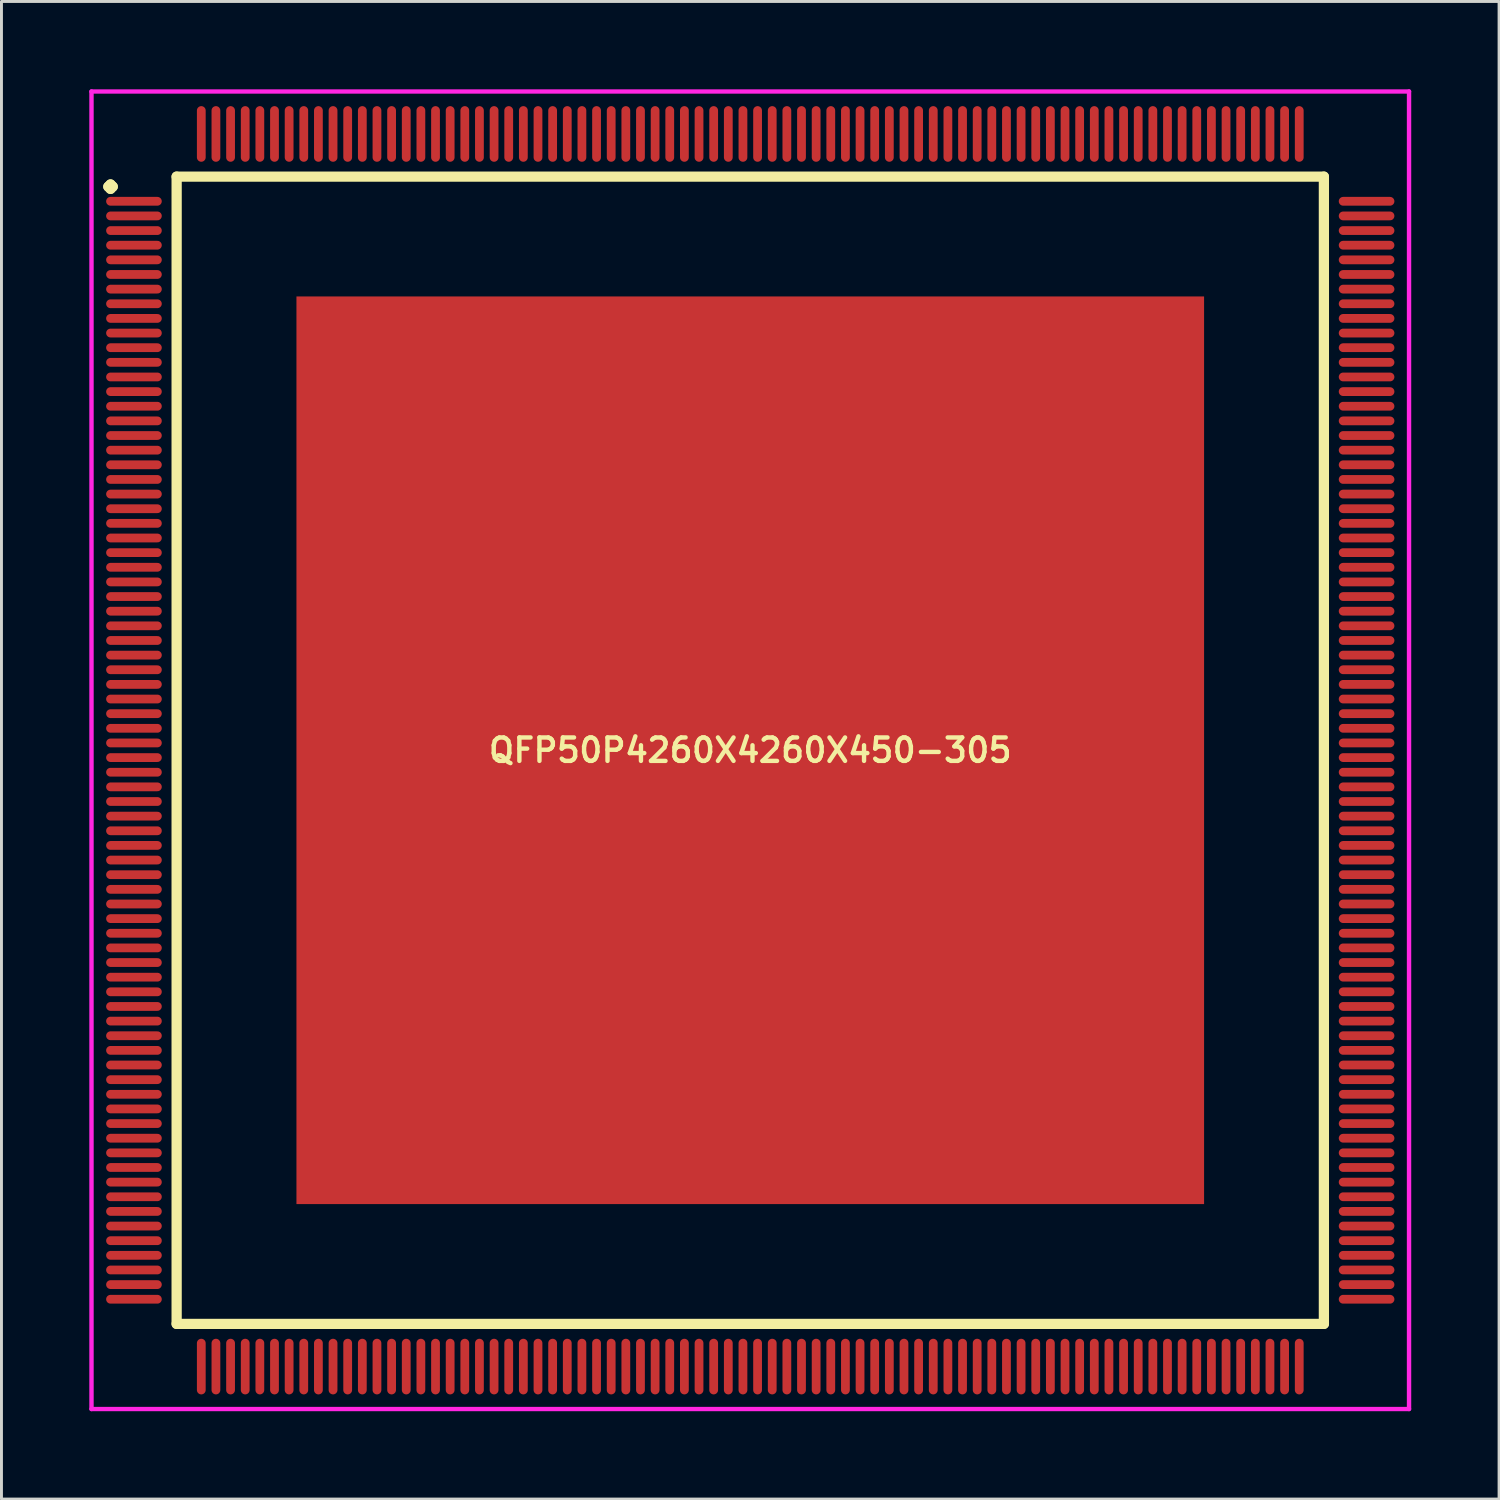
<source format=kicad_pcb>
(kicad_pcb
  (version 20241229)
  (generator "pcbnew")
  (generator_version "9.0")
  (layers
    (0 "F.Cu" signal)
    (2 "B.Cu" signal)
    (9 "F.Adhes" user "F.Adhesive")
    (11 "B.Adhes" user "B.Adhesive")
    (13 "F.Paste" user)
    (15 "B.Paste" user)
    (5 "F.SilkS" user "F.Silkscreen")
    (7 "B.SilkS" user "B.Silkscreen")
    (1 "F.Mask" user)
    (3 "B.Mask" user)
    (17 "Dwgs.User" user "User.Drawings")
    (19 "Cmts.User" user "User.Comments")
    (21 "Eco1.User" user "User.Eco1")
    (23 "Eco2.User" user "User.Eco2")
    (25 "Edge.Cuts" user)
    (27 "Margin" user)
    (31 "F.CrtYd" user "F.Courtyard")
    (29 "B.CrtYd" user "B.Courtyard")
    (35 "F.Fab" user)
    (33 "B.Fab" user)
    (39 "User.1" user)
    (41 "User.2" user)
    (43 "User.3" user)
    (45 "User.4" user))
  (footprint "QFP50P4260X4260X450-305"
    (layer "F.Cu")
    (at 22.575 22.575)
    (property "Reference" "QFP50P4260X4260X450-305" (at 0 0 0) (layer "F.SilkS") (effects (font (size 0.8 0.8) (thickness 0.15))))
    (attr smd)
    (fp_line (start -21.925 -19.25) (end -21.85 -19.325) (stroke (width 0.35) (type solid)) (layer "F.SilkS"))
    (fp_line (start -21.85 -19.325) (end -21.775 -19.25) (stroke (width 0.35) (type solid)) (layer "F.SilkS"))
    (fp_line (start -21.85 -19.175) (end -21.925 -19.25) (stroke (width 0.35) (type solid)) (layer "F.SilkS"))
    (fp_line (start -21.775 -19.25) (end -21.85 -19.175) (stroke (width 0.35) (type solid)) (layer "F.SilkS"))
    (fp_line (start -19.592 -19.592) (end -19.592 19.592) (stroke (width 0.35) (type solid)) (layer "F.SilkS"))
    (fp_line (start -19.592 19.592) (end 19.592 19.592) (stroke (width 0.35) (type solid)) (layer "F.SilkS"))
    (fp_line (start 19.592 -19.592) (end -19.592 -19.592) (stroke (width 0.35) (type solid)) (layer "F.SilkS"))
    (fp_line (start 19.592 19.592) (end 19.592 -19.592) (stroke (width 0.35) (type solid)) (layer "F.SilkS"))
    (fp_line (start -22.5 -22.5) (end 22.5 -22.5) (stroke (width 0.15) (type solid)) (layer "F.CrtYd"))
    (fp_line (start -22.5 22.5) (end -22.5 -22.5) (stroke (width 0.15) (type solid)) (layer "F.CrtYd"))
    (fp_line (start 22.5 -22.5) (end 22.5 22.5) (stroke (width 0.15) (type solid)) (layer "F.CrtYd"))
    (fp_line (start 22.5 22.5) (end -22.5 22.5) (stroke (width 0.15) (type solid)) (layer "F.CrtYd"))
    (pad "1" smd oval (at -21.05 -18.75) (size 1.9 0.3) (layers "F.Cu" "F.Mask" "F.Paste"))
    (pad "2" smd oval (at -21.05 -18.25) (size 1.9 0.3) (layers "F.Cu" "F.Mask" "F.Paste"))
    (pad "3" smd oval (at -21.05 -17.75) (size 1.9 0.3) (layers "F.Cu" "F.Mask" "F.Paste"))
    (pad "4" smd oval (at -21.05 -17.25) (size 1.9 0.3) (layers "F.Cu" "F.Mask" "F.Paste"))
    (pad "5" smd oval (at -21.05 -16.75) (size 1.9 0.3) (layers "F.Cu" "F.Mask" "F.Paste"))
    (pad "6" smd oval (at -21.05 -16.25) (size 1.9 0.3) (layers "F.Cu" "F.Mask" "F.Paste"))
    (pad "7" smd oval (at -21.05 -15.75) (size 1.9 0.3) (layers "F.Cu" "F.Mask" "F.Paste"))
    (pad "8" smd oval (at -21.05 -15.25) (size 1.9 0.3) (layers "F.Cu" "F.Mask" "F.Paste"))
    (pad "9" smd oval (at -21.05 -14.75) (size 1.9 0.3) (layers "F.Cu" "F.Mask" "F.Paste"))
    (pad "10" smd oval (at -21.05 -14.25) (size 1.9 0.3) (layers "F.Cu" "F.Mask" "F.Paste"))
    (pad "11" smd oval (at -21.05 -13.75) (size 1.9 0.3) (layers "F.Cu" "F.Mask" "F.Paste"))
    (pad "12" smd oval (at -21.05 -13.25) (size 1.9 0.3) (layers "F.Cu" "F.Mask" "F.Paste"))
    (pad "13" smd oval (at -21.05 -12.75) (size 1.9 0.3) (layers "F.Cu" "F.Mask" "F.Paste"))
    (pad "14" smd oval (at -21.05 -12.25) (size 1.9 0.3) (layers "F.Cu" "F.Mask" "F.Paste"))
    (pad "15" smd oval (at -21.05 -11.75) (size 1.9 0.3) (layers "F.Cu" "F.Mask" "F.Paste"))
    (pad "16" smd oval (at -21.05 -11.25) (size 1.9 0.3) (layers "F.Cu" "F.Mask" "F.Paste"))
    (pad "17" smd oval (at -21.05 -10.75) (size 1.9 0.3) (layers "F.Cu" "F.Mask" "F.Paste"))
    (pad "18" smd oval (at -21.05 -10.25) (size 1.9 0.3) (layers "F.Cu" "F.Mask" "F.Paste"))
    (pad "19" smd oval (at -21.05 -9.75) (size 1.9 0.3) (layers "F.Cu" "F.Mask" "F.Paste"))
    (pad "20" smd oval (at -21.05 -9.25) (size 1.9 0.3) (layers "F.Cu" "F.Mask" "F.Paste"))
    (pad "21" smd oval (at -21.05 -8.75) (size 1.9 0.3) (layers "F.Cu" "F.Mask" "F.Paste"))
    (pad "22" smd oval (at -21.05 -8.25) (size 1.9 0.3) (layers "F.Cu" "F.Mask" "F.Paste"))
    (pad "23" smd oval (at -21.05 -7.75) (size 1.9 0.3) (layers "F.Cu" "F.Mask" "F.Paste"))
    (pad "24" smd oval (at -21.05 -7.25) (size 1.9 0.3) (layers "F.Cu" "F.Mask" "F.Paste"))
    (pad "25" smd oval (at -21.05 -6.75) (size 1.9 0.3) (layers "F.Cu" "F.Mask" "F.Paste"))
    (pad "26" smd oval (at -21.05 -6.25) (size 1.9 0.3) (layers "F.Cu" "F.Mask" "F.Paste"))
    (pad "27" smd oval (at -21.05 -5.75) (size 1.9 0.3) (layers "F.Cu" "F.Mask" "F.Paste"))
    (pad "28" smd oval (at -21.05 -5.25) (size 1.9 0.3) (layers "F.Cu" "F.Mask" "F.Paste"))
    (pad "29" smd oval (at -21.05 -4.75) (size 1.9 0.3) (layers "F.Cu" "F.Mask" "F.Paste"))
    (pad "30" smd oval (at -21.05 -4.25) (size 1.9 0.3) (layers "F.Cu" "F.Mask" "F.Paste"))
    (pad "31" smd oval (at -21.05 -3.75) (size 1.9 0.3) (layers "F.Cu" "F.Mask" "F.Paste"))
    (pad "32" smd oval (at -21.05 -3.25) (size 1.9 0.3) (layers "F.Cu" "F.Mask" "F.Paste"))
    (pad "33" smd oval (at -21.05 -2.75) (size 1.9 0.3) (layers "F.Cu" "F.Mask" "F.Paste"))
    (pad "34" smd oval (at -21.05 -2.25) (size 1.9 0.3) (layers "F.Cu" "F.Mask" "F.Paste"))
    (pad "35" smd oval (at -21.05 -1.75) (size 1.9 0.3) (layers "F.Cu" "F.Mask" "F.Paste"))
    (pad "36" smd oval (at -21.05 -1.25) (size 1.9 0.3) (layers "F.Cu" "F.Mask" "F.Paste"))
    (pad "37" smd oval (at -21.05 -0.75) (size 1.9 0.3) (layers "F.Cu" "F.Mask" "F.Paste"))
    (pad "38" smd oval (at -21.05 -0.25) (size 1.9 0.3) (layers "F.Cu" "F.Mask" "F.Paste"))
    (pad "39" smd oval (at -21.05 0.25) (size 1.9 0.3) (layers "F.Cu" "F.Mask" "F.Paste"))
    (pad "40" smd oval (at -21.05 0.75) (size 1.9 0.3) (layers "F.Cu" "F.Mask" "F.Paste"))
    (pad "41" smd oval (at -21.05 1.25) (size 1.9 0.3) (layers "F.Cu" "F.Mask" "F.Paste"))
    (pad "42" smd oval (at -21.05 1.75) (size 1.9 0.3) (layers "F.Cu" "F.Mask" "F.Paste"))
    (pad "43" smd oval (at -21.05 2.25) (size 1.9 0.3) (layers "F.Cu" "F.Mask" "F.Paste"))
    (pad "44" smd oval (at -21.05 2.75) (size 1.9 0.3) (layers "F.Cu" "F.Mask" "F.Paste"))
    (pad "45" smd oval (at -21.05 3.25) (size 1.9 0.3) (layers "F.Cu" "F.Mask" "F.Paste"))
    (pad "46" smd oval (at -21.05 3.75) (size 1.9 0.3) (layers "F.Cu" "F.Mask" "F.Paste"))
    (pad "47" smd oval (at -21.05 4.25) (size 1.9 0.3) (layers "F.Cu" "F.Mask" "F.Paste"))
    (pad "48" smd oval (at -21.05 4.75) (size 1.9 0.3) (layers "F.Cu" "F.Mask" "F.Paste"))
    (pad "49" smd oval (at -21.05 5.25) (size 1.9 0.3) (layers "F.Cu" "F.Mask" "F.Paste"))
    (pad "50" smd oval (at -21.05 5.75) (size 1.9 0.3) (layers "F.Cu" "F.Mask" "F.Paste"))
    (pad "51" smd oval (at -21.05 6.25) (size 1.9 0.3) (layers "F.Cu" "F.Mask" "F.Paste"))
    (pad "52" smd oval (at -21.05 6.75) (size 1.9 0.3) (layers "F.Cu" "F.Mask" "F.Paste"))
    (pad "53" smd oval (at -21.05 7.25) (size 1.9 0.3) (layers "F.Cu" "F.Mask" "F.Paste"))
    (pad "54" smd oval (at -21.05 7.75) (size 1.9 0.3) (layers "F.Cu" "F.Mask" "F.Paste"))
    (pad "55" smd oval (at -21.05 8.25) (size 1.9 0.3) (layers "F.Cu" "F.Mask" "F.Paste"))
    (pad "56" smd oval (at -21.05 8.75) (size 1.9 0.3) (layers "F.Cu" "F.Mask" "F.Paste"))
    (pad "57" smd oval (at -21.05 9.25) (size 1.9 0.3) (layers "F.Cu" "F.Mask" "F.Paste"))
    (pad "58" smd oval (at -21.05 9.75) (size 1.9 0.3) (layers "F.Cu" "F.Mask" "F.Paste"))
    (pad "59" smd oval (at -21.05 10.25) (size 1.9 0.3) (layers "F.Cu" "F.Mask" "F.Paste"))
    (pad "60" smd oval (at -21.05 10.75) (size 1.9 0.3) (layers "F.Cu" "F.Mask" "F.Paste"))
    (pad "61" smd oval (at -21.05 11.25) (size 1.9 0.3) (layers "F.Cu" "F.Mask" "F.Paste"))
    (pad "62" smd oval (at -21.05 11.75) (size 1.9 0.3) (layers "F.Cu" "F.Mask" "F.Paste"))
    (pad "63" smd oval (at -21.05 12.25) (size 1.9 0.3) (layers "F.Cu" "F.Mask" "F.Paste"))
    (pad "64" smd oval (at -21.05 12.75) (size 1.9 0.3) (layers "F.Cu" "F.Mask" "F.Paste"))
    (pad "65" smd oval (at -21.05 13.25) (size 1.9 0.3) (layers "F.Cu" "F.Mask" "F.Paste"))
    (pad "66" smd oval (at -21.05 13.75) (size 1.9 0.3) (layers "F.Cu" "F.Mask" "F.Paste"))
    (pad "67" smd oval (at -21.05 14.25) (size 1.9 0.3) (layers "F.Cu" "F.Mask" "F.Paste"))
    (pad "68" smd oval (at -21.05 14.75) (size 1.9 0.3) (layers "F.Cu" "F.Mask" "F.Paste"))
    (pad "69" smd oval (at -21.05 15.25) (size 1.9 0.3) (layers "F.Cu" "F.Mask" "F.Paste"))
    (pad "70" smd oval (at -21.05 15.75) (size 1.9 0.3) (layers "F.Cu" "F.Mask" "F.Paste"))
    (pad "71" smd oval (at -21.05 16.25) (size 1.9 0.3) (layers "F.Cu" "F.Mask" "F.Paste"))
    (pad "72" smd oval (at -21.05 16.75) (size 1.9 0.3) (layers "F.Cu" "F.Mask" "F.Paste"))
    (pad "73" smd oval (at -21.05 17.25) (size 1.9 0.3) (layers "F.Cu" "F.Mask" "F.Paste"))
    (pad "74" smd oval (at -21.05 17.75) (size 1.9 0.3) (layers "F.Cu" "F.Mask" "F.Paste"))
    (pad "75" smd oval (at -21.05 18.25) (size 1.9 0.3) (layers "F.Cu" "F.Mask" "F.Paste"))
    (pad "76" smd oval (at -21.05 18.75) (size 1.9 0.3) (layers "F.Cu" "F.Mask" "F.Paste"))
    (pad "77" smd oval (at -18.75 21.05) (size 0.3 1.9) (layers "F.Cu" "F.Mask" "F.Paste"))
    (pad "78" smd oval (at -18.25 21.05) (size 0.3 1.9) (layers "F.Cu" "F.Mask" "F.Paste"))
    (pad "79" smd oval (at -17.75 21.05) (size 0.3 1.9) (layers "F.Cu" "F.Mask" "F.Paste"))
    (pad "80" smd oval (at -17.25 21.05) (size 0.3 1.9) (layers "F.Cu" "F.Mask" "F.Paste"))
    (pad "81" smd oval (at -16.75 21.05) (size 0.3 1.9) (layers "F.Cu" "F.Mask" "F.Paste"))
    (pad "82" smd oval (at -16.25 21.05) (size 0.3 1.9) (layers "F.Cu" "F.Mask" "F.Paste"))
    (pad "83" smd oval (at -15.75 21.05) (size 0.3 1.9) (layers "F.Cu" "F.Mask" "F.Paste"))
    (pad "84" smd oval (at -15.25 21.05) (size 0.3 1.9) (layers "F.Cu" "F.Mask" "F.Paste"))
    (pad "85" smd oval (at -14.75 21.05) (size 0.3 1.9) (layers "F.Cu" "F.Mask" "F.Paste"))
    (pad "86" smd oval (at -14.25 21.05) (size 0.3 1.9) (layers "F.Cu" "F.Mask" "F.Paste"))
    (pad "87" smd oval (at -13.75 21.05) (size 0.3 1.9) (layers "F.Cu" "F.Mask" "F.Paste"))
    (pad "88" smd oval (at -13.25 21.05) (size 0.3 1.9) (layers "F.Cu" "F.Mask" "F.Paste"))
    (pad "89" smd oval (at -12.75 21.05) (size 0.3 1.9) (layers "F.Cu" "F.Mask" "F.Paste"))
    (pad "90" smd oval (at -12.25 21.05) (size 0.3 1.9) (layers "F.Cu" "F.Mask" "F.Paste"))
    (pad "91" smd oval (at -11.75 21.05) (size 0.3 1.9) (layers "F.Cu" "F.Mask" "F.Paste"))
    (pad "92" smd oval (at -11.25 21.05) (size 0.3 1.9) (layers "F.Cu" "F.Mask" "F.Paste"))
    (pad "93" smd oval (at -10.75 21.05) (size 0.3 1.9) (layers "F.Cu" "F.Mask" "F.Paste"))
    (pad "94" smd oval (at -10.25 21.05) (size 0.3 1.9) (layers "F.Cu" "F.Mask" "F.Paste"))
    (pad "95" smd oval (at -9.75 21.05) (size 0.3 1.9) (layers "F.Cu" "F.Mask" "F.Paste"))
    (pad "96" smd oval (at -9.25 21.05) (size 0.3 1.9) (layers "F.Cu" "F.Mask" "F.Paste"))
    (pad "97" smd oval (at -8.75 21.05) (size 0.3 1.9) (layers "F.Cu" "F.Mask" "F.Paste"))
    (pad "98" smd oval (at -8.25 21.05) (size 0.3 1.9) (layers "F.Cu" "F.Mask" "F.Paste"))
    (pad "99" smd oval (at -7.75 21.05) (size 0.3 1.9) (layers "F.Cu" "F.Mask" "F.Paste"))
    (pad "100" smd oval (at -7.25 21.05) (size 0.3 1.9) (layers "F.Cu" "F.Mask" "F.Paste"))
    (pad "101" smd oval (at -6.75 21.05) (size 0.3 1.9) (layers "F.Cu" "F.Mask" "F.Paste"))
    (pad "102" smd oval (at -6.25 21.05) (size 0.3 1.9) (layers "F.Cu" "F.Mask" "F.Paste"))
    (pad "103" smd oval (at -5.75 21.05) (size 0.3 1.9) (layers "F.Cu" "F.Mask" "F.Paste"))
    (pad "104" smd oval (at -5.25 21.05) (size 0.3 1.9) (layers "F.Cu" "F.Mask" "F.Paste"))
    (pad "105" smd oval (at -4.75 21.05) (size 0.3 1.9) (layers "F.Cu" "F.Mask" "F.Paste"))
    (pad "106" smd oval (at -4.25 21.05) (size 0.3 1.9) (layers "F.Cu" "F.Mask" "F.Paste"))
    (pad "107" smd oval (at -3.75 21.05) (size 0.3 1.9) (layers "F.Cu" "F.Mask" "F.Paste"))
    (pad "108" smd oval (at -3.25 21.05) (size 0.3 1.9) (layers "F.Cu" "F.Mask" "F.Paste"))
    (pad "109" smd oval (at -2.75 21.05) (size 0.3 1.9) (layers "F.Cu" "F.Mask" "F.Paste"))
    (pad "110" smd oval (at -2.25 21.05) (size 0.3 1.9) (layers "F.Cu" "F.Mask" "F.Paste"))
    (pad "111" smd oval (at -1.75 21.05) (size 0.3 1.9) (layers "F.Cu" "F.Mask" "F.Paste"))
    (pad "112" smd oval (at -1.25 21.05) (size 0.3 1.9) (layers "F.Cu" "F.Mask" "F.Paste"))
    (pad "113" smd oval (at -0.75 21.05) (size 0.3 1.9) (layers "F.Cu" "F.Mask" "F.Paste"))
    (pad "114" smd oval (at -0.25 21.05) (size 0.3 1.9) (layers "F.Cu" "F.Mask" "F.Paste"))
    (pad "115" smd oval (at 0.25 21.05) (size 0.3 1.9) (layers "F.Cu" "F.Mask" "F.Paste"))
    (pad "116" smd oval (at 0.75 21.05) (size 0.3 1.9) (layers "F.Cu" "F.Mask" "F.Paste"))
    (pad "117" smd oval (at 1.25 21.05) (size 0.3 1.9) (layers "F.Cu" "F.Mask" "F.Paste"))
    (pad "118" smd oval (at 1.75 21.05) (size 0.3 1.9) (layers "F.Cu" "F.Mask" "F.Paste"))
    (pad "119" smd oval (at 2.25 21.05) (size 0.3 1.9) (layers "F.Cu" "F.Mask" "F.Paste"))
    (pad "120" smd oval (at 2.75 21.05) (size 0.3 1.9) (layers "F.Cu" "F.Mask" "F.Paste"))
    (pad "121" smd oval (at 3.25 21.05) (size 0.3 1.9) (layers "F.Cu" "F.Mask" "F.Paste"))
    (pad "122" smd oval (at 3.75 21.05) (size 0.3 1.9) (layers "F.Cu" "F.Mask" "F.Paste"))
    (pad "123" smd oval (at 4.25 21.05) (size 0.3 1.9) (layers "F.Cu" "F.Mask" "F.Paste"))
    (pad "124" smd oval (at 4.75 21.05) (size 0.3 1.9) (layers "F.Cu" "F.Mask" "F.Paste"))
    (pad "125" smd oval (at 5.25 21.05) (size 0.3 1.9) (layers "F.Cu" "F.Mask" "F.Paste"))
    (pad "126" smd oval (at 5.75 21.05) (size 0.3 1.9) (layers "F.Cu" "F.Mask" "F.Paste"))
    (pad "127" smd oval (at 6.25 21.05) (size 0.3 1.9) (layers "F.Cu" "F.Mask" "F.Paste"))
    (pad "128" smd oval (at 6.75 21.05) (size 0.3 1.9) (layers "F.Cu" "F.Mask" "F.Paste"))
    (pad "129" smd oval (at 7.25 21.05) (size 0.3 1.9) (layers "F.Cu" "F.Mask" "F.Paste"))
    (pad "130" smd oval (at 7.75 21.05) (size 0.3 1.9) (layers "F.Cu" "F.Mask" "F.Paste"))
    (pad "131" smd oval (at 8.25 21.05) (size 0.3 1.9) (layers "F.Cu" "F.Mask" "F.Paste"))
    (pad "132" smd oval (at 8.75 21.05) (size 0.3 1.9) (layers "F.Cu" "F.Mask" "F.Paste"))
    (pad "133" smd oval (at 9.25 21.05) (size 0.3 1.9) (layers "F.Cu" "F.Mask" "F.Paste"))
    (pad "134" smd oval (at 9.75 21.05) (size 0.3 1.9) (layers "F.Cu" "F.Mask" "F.Paste"))
    (pad "135" smd oval (at 10.25 21.05) (size 0.3 1.9) (layers "F.Cu" "F.Mask" "F.Paste"))
    (pad "136" smd oval (at 10.75 21.05) (size 0.3 1.9) (layers "F.Cu" "F.Mask" "F.Paste"))
    (pad "137" smd oval (at 11.25 21.05) (size 0.3 1.9) (layers "F.Cu" "F.Mask" "F.Paste"))
    (pad "138" smd oval (at 11.75 21.05) (size 0.3 1.9) (layers "F.Cu" "F.Mask" "F.Paste"))
    (pad "139" smd oval (at 12.25 21.05) (size 0.3 1.9) (layers "F.Cu" "F.Mask" "F.Paste"))
    (pad "140" smd oval (at 12.75 21.05) (size 0.3 1.9) (layers "F.Cu" "F.Mask" "F.Paste"))
    (pad "141" smd oval (at 13.25 21.05) (size 0.3 1.9) (layers "F.Cu" "F.Mask" "F.Paste"))
    (pad "142" smd oval (at 13.75 21.05) (size 0.3 1.9) (layers "F.Cu" "F.Mask" "F.Paste"))
    (pad "143" smd oval (at 14.25 21.05) (size 0.3 1.9) (layers "F.Cu" "F.Mask" "F.Paste"))
    (pad "144" smd oval (at 14.75 21.05) (size 0.3 1.9) (layers "F.Cu" "F.Mask" "F.Paste"))
    (pad "145" smd oval (at 15.25 21.05) (size 0.3 1.9) (layers "F.Cu" "F.Mask" "F.Paste"))
    (pad "146" smd oval (at 15.75 21.05) (size 0.3 1.9) (layers "F.Cu" "F.Mask" "F.Paste"))
    (pad "147" smd oval (at 16.25 21.05) (size 0.3 1.9) (layers "F.Cu" "F.Mask" "F.Paste"))
    (pad "148" smd oval (at 16.75 21.05) (size 0.3 1.9) (layers "F.Cu" "F.Mask" "F.Paste"))
    (pad "149" smd oval (at 17.25 21.05) (size 0.3 1.9) (layers "F.Cu" "F.Mask" "F.Paste"))
    (pad "150" smd oval (at 17.75 21.05) (size 0.3 1.9) (layers "F.Cu" "F.Mask" "F.Paste"))
    (pad "151" smd oval (at 18.25 21.05) (size 0.3 1.9) (layers "F.Cu" "F.Mask" "F.Paste"))
    (pad "152" smd oval (at 18.75 21.05) (size 0.3 1.9) (layers "F.Cu" "F.Mask" "F.Paste"))
    (pad "153" smd oval (at 21.05 18.75) (size 1.9 0.3) (layers "F.Cu" "F.Mask" "F.Paste"))
    (pad "154" smd oval (at 21.05 18.25) (size 1.9 0.3) (layers "F.Cu" "F.Mask" "F.Paste"))
    (pad "155" smd oval (at 21.05 17.75) (size 1.9 0.3) (layers "F.Cu" "F.Mask" "F.Paste"))
    (pad "156" smd oval (at 21.05 17.25) (size 1.9 0.3) (layers "F.Cu" "F.Mask" "F.Paste"))
    (pad "157" smd oval (at 21.05 16.75) (size 1.9 0.3) (layers "F.Cu" "F.Mask" "F.Paste"))
    (pad "158" smd oval (at 21.05 16.25) (size 1.9 0.3) (layers "F.Cu" "F.Mask" "F.Paste"))
    (pad "159" smd oval (at 21.05 15.75) (size 1.9 0.3) (layers "F.Cu" "F.Mask" "F.Paste"))
    (pad "160" smd oval (at 21.05 15.25) (size 1.9 0.3) (layers "F.Cu" "F.Mask" "F.Paste"))
    (pad "161" smd oval (at 21.05 14.75) (size 1.9 0.3) (layers "F.Cu" "F.Mask" "F.Paste"))
    (pad "162" smd oval (at 21.05 14.25) (size 1.9 0.3) (layers "F.Cu" "F.Mask" "F.Paste"))
    (pad "163" smd oval (at 21.05 13.75) (size 1.9 0.3) (layers "F.Cu" "F.Mask" "F.Paste"))
    (pad "164" smd oval (at 21.05 13.25) (size 1.9 0.3) (layers "F.Cu" "F.Mask" "F.Paste"))
    (pad "165" smd oval (at 21.05 12.75) (size 1.9 0.3) (layers "F.Cu" "F.Mask" "F.Paste"))
    (pad "166" smd oval (at 21.05 12.25) (size 1.9 0.3) (layers "F.Cu" "F.Mask" "F.Paste"))
    (pad "167" smd oval (at 21.05 11.75) (size 1.9 0.3) (layers "F.Cu" "F.Mask" "F.Paste"))
    (pad "168" smd oval (at 21.05 11.25) (size 1.9 0.3) (layers "F.Cu" "F.Mask" "F.Paste"))
    (pad "169" smd oval (at 21.05 10.75) (size 1.9 0.3) (layers "F.Cu" "F.Mask" "F.Paste"))
    (pad "170" smd oval (at 21.05 10.25) (size 1.9 0.3) (layers "F.Cu" "F.Mask" "F.Paste"))
    (pad "171" smd oval (at 21.05 9.75) (size 1.9 0.3) (layers "F.Cu" "F.Mask" "F.Paste"))
    (pad "172" smd oval (at 21.05 9.25) (size 1.9 0.3) (layers "F.Cu" "F.Mask" "F.Paste"))
    (pad "173" smd oval (at 21.05 8.75) (size 1.9 0.3) (layers "F.Cu" "F.Mask" "F.Paste"))
    (pad "174" smd oval (at 21.05 8.25) (size 1.9 0.3) (layers "F.Cu" "F.Mask" "F.Paste"))
    (pad "175" smd oval (at 21.05 7.75) (size 1.9 0.3) (layers "F.Cu" "F.Mask" "F.Paste"))
    (pad "176" smd oval (at 21.05 7.25) (size 1.9 0.3) (layers "F.Cu" "F.Mask" "F.Paste"))
    (pad "177" smd oval (at 21.05 6.75) (size 1.9 0.3) (layers "F.Cu" "F.Mask" "F.Paste"))
    (pad "178" smd oval (at 21.05 6.25) (size 1.9 0.3) (layers "F.Cu" "F.Mask" "F.Paste"))
    (pad "179" smd oval (at 21.05 5.75) (size 1.9 0.3) (layers "F.Cu" "F.Mask" "F.Paste"))
    (pad "180" smd oval (at 21.05 5.25) (size 1.9 0.3) (layers "F.Cu" "F.Mask" "F.Paste"))
    (pad "181" smd oval (at 21.05 4.75) (size 1.9 0.3) (layers "F.Cu" "F.Mask" "F.Paste"))
    (pad "182" smd oval (at 21.05 4.25) (size 1.9 0.3) (layers "F.Cu" "F.Mask" "F.Paste"))
    (pad "183" smd oval (at 21.05 3.75) (size 1.9 0.3) (layers "F.Cu" "F.Mask" "F.Paste"))
    (pad "184" smd oval (at 21.05 3.25) (size 1.9 0.3) (layers "F.Cu" "F.Mask" "F.Paste"))
    (pad "185" smd oval (at 21.05 2.75) (size 1.9 0.3) (layers "F.Cu" "F.Mask" "F.Paste"))
    (pad "186" smd oval (at 21.05 2.25) (size 1.9 0.3) (layers "F.Cu" "F.Mask" "F.Paste"))
    (pad "187" smd oval (at 21.05 1.75) (size 1.9 0.3) (layers "F.Cu" "F.Mask" "F.Paste"))
    (pad "188" smd oval (at 21.05 1.25) (size 1.9 0.3) (layers "F.Cu" "F.Mask" "F.Paste"))
    (pad "189" smd oval (at 21.05 0.75) (size 1.9 0.3) (layers "F.Cu" "F.Mask" "F.Paste"))
    (pad "190" smd oval (at 21.05 0.25) (size 1.9 0.3) (layers "F.Cu" "F.Mask" "F.Paste"))
    (pad "191" smd oval (at 21.05 -0.25) (size 1.9 0.3) (layers "F.Cu" "F.Mask" "F.Paste"))
    (pad "192" smd oval (at 21.05 -0.75) (size 1.9 0.3) (layers "F.Cu" "F.Mask" "F.Paste"))
    (pad "193" smd oval (at 21.05 -1.25) (size 1.9 0.3) (layers "F.Cu" "F.Mask" "F.Paste"))
    (pad "194" smd oval (at 21.05 -1.75) (size 1.9 0.3) (layers "F.Cu" "F.Mask" "F.Paste"))
    (pad "195" smd oval (at 21.05 -2.25) (size 1.9 0.3) (layers "F.Cu" "F.Mask" "F.Paste"))
    (pad "196" smd oval (at 21.05 -2.75) (size 1.9 0.3) (layers "F.Cu" "F.Mask" "F.Paste"))
    (pad "197" smd oval (at 21.05 -3.25) (size 1.9 0.3) (layers "F.Cu" "F.Mask" "F.Paste"))
    (pad "198" smd oval (at 21.05 -3.75) (size 1.9 0.3) (layers "F.Cu" "F.Mask" "F.Paste"))
    (pad "199" smd oval (at 21.05 -4.25) (size 1.9 0.3) (layers "F.Cu" "F.Mask" "F.Paste"))
    (pad "200" smd oval (at 21.05 -4.75) (size 1.9 0.3) (layers "F.Cu" "F.Mask" "F.Paste"))
    (pad "201" smd oval (at 21.05 -5.25) (size 1.9 0.3) (layers "F.Cu" "F.Mask" "F.Paste"))
    (pad "202" smd oval (at 21.05 -5.75) (size 1.9 0.3) (layers "F.Cu" "F.Mask" "F.Paste"))
    (pad "203" smd oval (at 21.05 -6.25) (size 1.9 0.3) (layers "F.Cu" "F.Mask" "F.Paste"))
    (pad "204" smd oval (at 21.05 -6.75) (size 1.9 0.3) (layers "F.Cu" "F.Mask" "F.Paste"))
    (pad "205" smd oval (at 21.05 -7.25) (size 1.9 0.3) (layers "F.Cu" "F.Mask" "F.Paste"))
    (pad "206" smd oval (at 21.05 -7.75) (size 1.9 0.3) (layers "F.Cu" "F.Mask" "F.Paste"))
    (pad "207" smd oval (at 21.05 -8.25) (size 1.9 0.3) (layers "F.Cu" "F.Mask" "F.Paste"))
    (pad "208" smd oval (at 21.05 -8.75) (size 1.9 0.3) (layers "F.Cu" "F.Mask" "F.Paste"))
    (pad "209" smd oval (at 21.05 -9.25) (size 1.9 0.3) (layers "F.Cu" "F.Mask" "F.Paste"))
    (pad "210" smd oval (at 21.05 -9.75) (size 1.9 0.3) (layers "F.Cu" "F.Mask" "F.Paste"))
    (pad "211" smd oval (at 21.05 -10.25) (size 1.9 0.3) (layers "F.Cu" "F.Mask" "F.Paste"))
    (pad "212" smd oval (at 21.05 -10.75) (size 1.9 0.3) (layers "F.Cu" "F.Mask" "F.Paste"))
    (pad "213" smd oval (at 21.05 -11.25) (size 1.9 0.3) (layers "F.Cu" "F.Mask" "F.Paste"))
    (pad "214" smd oval (at 21.05 -11.75) (size 1.9 0.3) (layers "F.Cu" "F.Mask" "F.Paste"))
    (pad "215" smd oval (at 21.05 -12.25) (size 1.9 0.3) (layers "F.Cu" "F.Mask" "F.Paste"))
    (pad "216" smd oval (at 21.05 -12.75) (size 1.9 0.3) (layers "F.Cu" "F.Mask" "F.Paste"))
    (pad "217" smd oval (at 21.05 -13.25) (size 1.9 0.3) (layers "F.Cu" "F.Mask" "F.Paste"))
    (pad "218" smd oval (at 21.05 -13.75) (size 1.9 0.3) (layers "F.Cu" "F.Mask" "F.Paste"))
    (pad "219" smd oval (at 21.05 -14.25) (size 1.9 0.3) (layers "F.Cu" "F.Mask" "F.Paste"))
    (pad "220" smd oval (at 21.05 -14.75) (size 1.9 0.3) (layers "F.Cu" "F.Mask" "F.Paste"))
    (pad "221" smd oval (at 21.05 -15.25) (size 1.9 0.3) (layers "F.Cu" "F.Mask" "F.Paste"))
    (pad "222" smd oval (at 21.05 -15.75) (size 1.9 0.3) (layers "F.Cu" "F.Mask" "F.Paste"))
    (pad "223" smd oval (at 21.05 -16.25) (size 1.9 0.3) (layers "F.Cu" "F.Mask" "F.Paste"))
    (pad "224" smd oval (at 21.05 -16.75) (size 1.9 0.3) (layers "F.Cu" "F.Mask" "F.Paste"))
    (pad "225" smd oval (at 21.05 -17.25) (size 1.9 0.3) (layers "F.Cu" "F.Mask" "F.Paste"))
    (pad "226" smd oval (at 21.05 -17.75) (size 1.9 0.3) (layers "F.Cu" "F.Mask" "F.Paste"))
    (pad "227" smd oval (at 21.05 -18.25) (size 1.9 0.3) (layers "F.Cu" "F.Mask" "F.Paste"))
    (pad "228" smd oval (at 21.05 -18.75) (size 1.9 0.3) (layers "F.Cu" "F.Mask" "F.Paste"))
    (pad "229" smd oval (at 18.75 -21.05) (size 0.3 1.9) (layers "F.Cu" "F.Mask" "F.Paste"))
    (pad "230" smd oval (at 18.25 -21.05) (size 0.3 1.9) (layers "F.Cu" "F.Mask" "F.Paste"))
    (pad "231" smd oval (at 17.75 -21.05) (size 0.3 1.9) (layers "F.Cu" "F.Mask" "F.Paste"))
    (pad "232" smd oval (at 17.25 -21.05) (size 0.3 1.9) (layers "F.Cu" "F.Mask" "F.Paste"))
    (pad "233" smd oval (at 16.75 -21.05) (size 0.3 1.9) (layers "F.Cu" "F.Mask" "F.Paste"))
    (pad "234" smd oval (at 16.25 -21.05) (size 0.3 1.9) (layers "F.Cu" "F.Mask" "F.Paste"))
    (pad "235" smd oval (at 15.75 -21.05) (size 0.3 1.9) (layers "F.Cu" "F.Mask" "F.Paste"))
    (pad "236" smd oval (at 15.25 -21.05) (size 0.3 1.9) (layers "F.Cu" "F.Mask" "F.Paste"))
    (pad "237" smd oval (at 14.75 -21.05) (size 0.3 1.9) (layers "F.Cu" "F.Mask" "F.Paste"))
    (pad "238" smd oval (at 14.25 -21.05) (size 0.3 1.9) (layers "F.Cu" "F.Mask" "F.Paste"))
    (pad "239" smd oval (at 13.75 -21.05) (size 0.3 1.9) (layers "F.Cu" "F.Mask" "F.Paste"))
    (pad "240" smd oval (at 13.25 -21.05) (size 0.3 1.9) (layers "F.Cu" "F.Mask" "F.Paste"))
    (pad "241" smd oval (at 12.75 -21.05) (size 0.3 1.9) (layers "F.Cu" "F.Mask" "F.Paste"))
    (pad "242" smd oval (at 12.25 -21.05) (size 0.3 1.9) (layers "F.Cu" "F.Mask" "F.Paste"))
    (pad "243" smd oval (at 11.75 -21.05) (size 0.3 1.9) (layers "F.Cu" "F.Mask" "F.Paste"))
    (pad "244" smd oval (at 11.25 -21.05) (size 0.3 1.9) (layers "F.Cu" "F.Mask" "F.Paste"))
    (pad "245" smd oval (at 10.75 -21.05) (size 0.3 1.9) (layers "F.Cu" "F.Mask" "F.Paste"))
    (pad "246" smd oval (at 10.25 -21.05) (size 0.3 1.9) (layers "F.Cu" "F.Mask" "F.Paste"))
    (pad "247" smd oval (at 9.75 -21.05) (size 0.3 1.9) (layers "F.Cu" "F.Mask" "F.Paste"))
    (pad "248" smd oval (at 9.25 -21.05) (size 0.3 1.9) (layers "F.Cu" "F.Mask" "F.Paste"))
    (pad "249" smd oval (at 8.75 -21.05) (size 0.3 1.9) (layers "F.Cu" "F.Mask" "F.Paste"))
    (pad "250" smd oval (at 8.25 -21.05) (size 0.3 1.9) (layers "F.Cu" "F.Mask" "F.Paste"))
    (pad "251" smd oval (at 7.75 -21.05) (size 0.3 1.9) (layers "F.Cu" "F.Mask" "F.Paste"))
    (pad "252" smd oval (at 7.25 -21.05) (size 0.3 1.9) (layers "F.Cu" "F.Mask" "F.Paste"))
    (pad "253" smd oval (at 6.75 -21.05) (size 0.3 1.9) (layers "F.Cu" "F.Mask" "F.Paste"))
    (pad "254" smd oval (at 6.25 -21.05) (size 0.3 1.9) (layers "F.Cu" "F.Mask" "F.Paste"))
    (pad "255" smd oval (at 5.75 -21.05) (size 0.3 1.9) (layers "F.Cu" "F.Mask" "F.Paste"))
    (pad "256" smd oval (at 5.25 -21.05) (size 0.3 1.9) (layers "F.Cu" "F.Mask" "F.Paste"))
    (pad "257" smd oval (at 4.75 -21.05) (size 0.3 1.9) (layers "F.Cu" "F.Mask" "F.Paste"))
    (pad "258" smd oval (at 4.25 -21.05) (size 0.3 1.9) (layers "F.Cu" "F.Mask" "F.Paste"))
    (pad "259" smd oval (at 3.75 -21.05) (size 0.3 1.9) (layers "F.Cu" "F.Mask" "F.Paste"))
    (pad "260" smd oval (at 3.25 -21.05) (size 0.3 1.9) (layers "F.Cu" "F.Mask" "F.Paste"))
    (pad "261" smd oval (at 2.75 -21.05) (size 0.3 1.9) (layers "F.Cu" "F.Mask" "F.Paste"))
    (pad "262" smd oval (at 2.25 -21.05) (size 0.3 1.9) (layers "F.Cu" "F.Mask" "F.Paste"))
    (pad "263" smd oval (at 1.75 -21.05) (size 0.3 1.9) (layers "F.Cu" "F.Mask" "F.Paste"))
    (pad "264" smd oval (at 1.25 -21.05) (size 0.3 1.9) (layers "F.Cu" "F.Mask" "F.Paste"))
    (pad "265" smd oval (at 0.75 -21.05) (size 0.3 1.9) (layers "F.Cu" "F.Mask" "F.Paste"))
    (pad "266" smd oval (at 0.25 -21.05) (size 0.3 1.9) (layers "F.Cu" "F.Mask" "F.Paste"))
    (pad "267" smd oval (at -0.25 -21.05) (size 0.3 1.9) (layers "F.Cu" "F.Mask" "F.Paste"))
    (pad "268" smd oval (at -0.75 -21.05) (size 0.3 1.9) (layers "F.Cu" "F.Mask" "F.Paste"))
    (pad "269" smd oval (at -1.25 -21.05) (size 0.3 1.9) (layers "F.Cu" "F.Mask" "F.Paste"))
    (pad "270" smd oval (at -1.75 -21.05) (size 0.3 1.9) (layers "F.Cu" "F.Mask" "F.Paste"))
    (pad "271" smd oval (at -2.25 -21.05) (size 0.3 1.9) (layers "F.Cu" "F.Mask" "F.Paste"))
    (pad "272" smd oval (at -2.75 -21.05) (size 0.3 1.9) (layers "F.Cu" "F.Mask" "F.Paste"))
    (pad "273" smd oval (at -3.25 -21.05) (size 0.3 1.9) (layers "F.Cu" "F.Mask" "F.Paste"))
    (pad "274" smd oval (at -3.75 -21.05) (size 0.3 1.9) (layers "F.Cu" "F.Mask" "F.Paste"))
    (pad "275" smd oval (at -4.25 -21.05) (size 0.3 1.9) (layers "F.Cu" "F.Mask" "F.Paste"))
    (pad "276" smd oval (at -4.75 -21.05) (size 0.3 1.9) (layers "F.Cu" "F.Mask" "F.Paste"))
    (pad "277" smd oval (at -5.25 -21.05) (size 0.3 1.9) (layers "F.Cu" "F.Mask" "F.Paste"))
    (pad "278" smd oval (at -5.75 -21.05) (size 0.3 1.9) (layers "F.Cu" "F.Mask" "F.Paste"))
    (pad "279" smd oval (at -6.25 -21.05) (size 0.3 1.9) (layers "F.Cu" "F.Mask" "F.Paste"))
    (pad "280" smd oval (at -6.75 -21.05) (size 0.3 1.9) (layers "F.Cu" "F.Mask" "F.Paste"))
    (pad "281" smd oval (at -7.25 -21.05) (size 0.3 1.9) (layers "F.Cu" "F.Mask" "F.Paste"))
    (pad "282" smd oval (at -7.75 -21.05) (size 0.3 1.9) (layers "F.Cu" "F.Mask" "F.Paste"))
    (pad "283" smd oval (at -8.25 -21.05) (size 0.3 1.9) (layers "F.Cu" "F.Mask" "F.Paste"))
    (pad "284" smd oval (at -8.75 -21.05) (size 0.3 1.9) (layers "F.Cu" "F.Mask" "F.Paste"))
    (pad "285" smd oval (at -9.25 -21.05) (size 0.3 1.9) (layers "F.Cu" "F.Mask" "F.Paste"))
    (pad "286" smd oval (at -9.75 -21.05) (size 0.3 1.9) (layers "F.Cu" "F.Mask" "F.Paste"))
    (pad "287" smd oval (at -10.25 -21.05) (size 0.3 1.9) (layers "F.Cu" "F.Mask" "F.Paste"))
    (pad "288" smd oval (at -10.75 -21.05) (size 0.3 1.9) (layers "F.Cu" "F.Mask" "F.Paste"))
    (pad "289" smd oval (at -11.25 -21.05) (size 0.3 1.9) (layers "F.Cu" "F.Mask" "F.Paste"))
    (pad "290" smd oval (at -11.75 -21.05) (size 0.3 1.9) (layers "F.Cu" "F.Mask" "F.Paste"))
    (pad "291" smd oval (at -12.25 -21.05) (size 0.3 1.9) (layers "F.Cu" "F.Mask" "F.Paste"))
    (pad "292" smd oval (at -12.75 -21.05) (size 0.3 1.9) (layers "F.Cu" "F.Mask" "F.Paste"))
    (pad "293" smd oval (at -13.25 -21.05) (size 0.3 1.9) (layers "F.Cu" "F.Mask" "F.Paste"))
    (pad "294" smd oval (at -13.75 -21.05) (size 0.3 1.9) (layers "F.Cu" "F.Mask" "F.Paste"))
    (pad "295" smd oval (at -14.25 -21.05) (size 0.3 1.9) (layers "F.Cu" "F.Mask" "F.Paste"))
    (pad "296" smd oval (at -14.75 -21.05) (size 0.3 1.9) (layers "F.Cu" "F.Mask" "F.Paste"))
    (pad "297" smd oval (at -15.25 -21.05) (size 0.3 1.9) (layers "F.Cu" "F.Mask" "F.Paste"))
    (pad "298" smd oval (at -15.75 -21.05) (size 0.3 1.9) (layers "F.Cu" "F.Mask" "F.Paste"))
    (pad "299" smd oval (at -16.25 -21.05) (size 0.3 1.9) (layers "F.Cu" "F.Mask" "F.Paste"))
    (pad "300" smd oval (at -16.75 -21.05) (size 0.3 1.9) (layers "F.Cu" "F.Mask" "F.Paste"))
    (pad "301" smd oval (at -17.25 -21.05) (size 0.3 1.9) (layers "F.Cu" "F.Mask" "F.Paste"))
    (pad "302" smd oval (at -17.75 -21.05) (size 0.3 1.9) (layers "F.Cu" "F.Mask" "F.Paste"))
    (pad "303" smd oval (at -18.25 -21.05) (size 0.3 1.9) (layers "F.Cu" "F.Mask" "F.Paste"))
    (pad "304" smd oval (at -18.75 -21.05) (size 0.3 1.9) (layers "F.Cu" "F.Mask" "F.Paste"))
    (pad "305" smd rect (at 0 0) (size 31 31) (layers "F.Cu" "F.Mask" "F.Paste")))
  (gr_rect
    (start -3 -3)
    (end 48.15 48.15)
    (stroke (width 0.1) (type default))
    (fill no)
    (layer "Edge.Cuts")))
</source>
